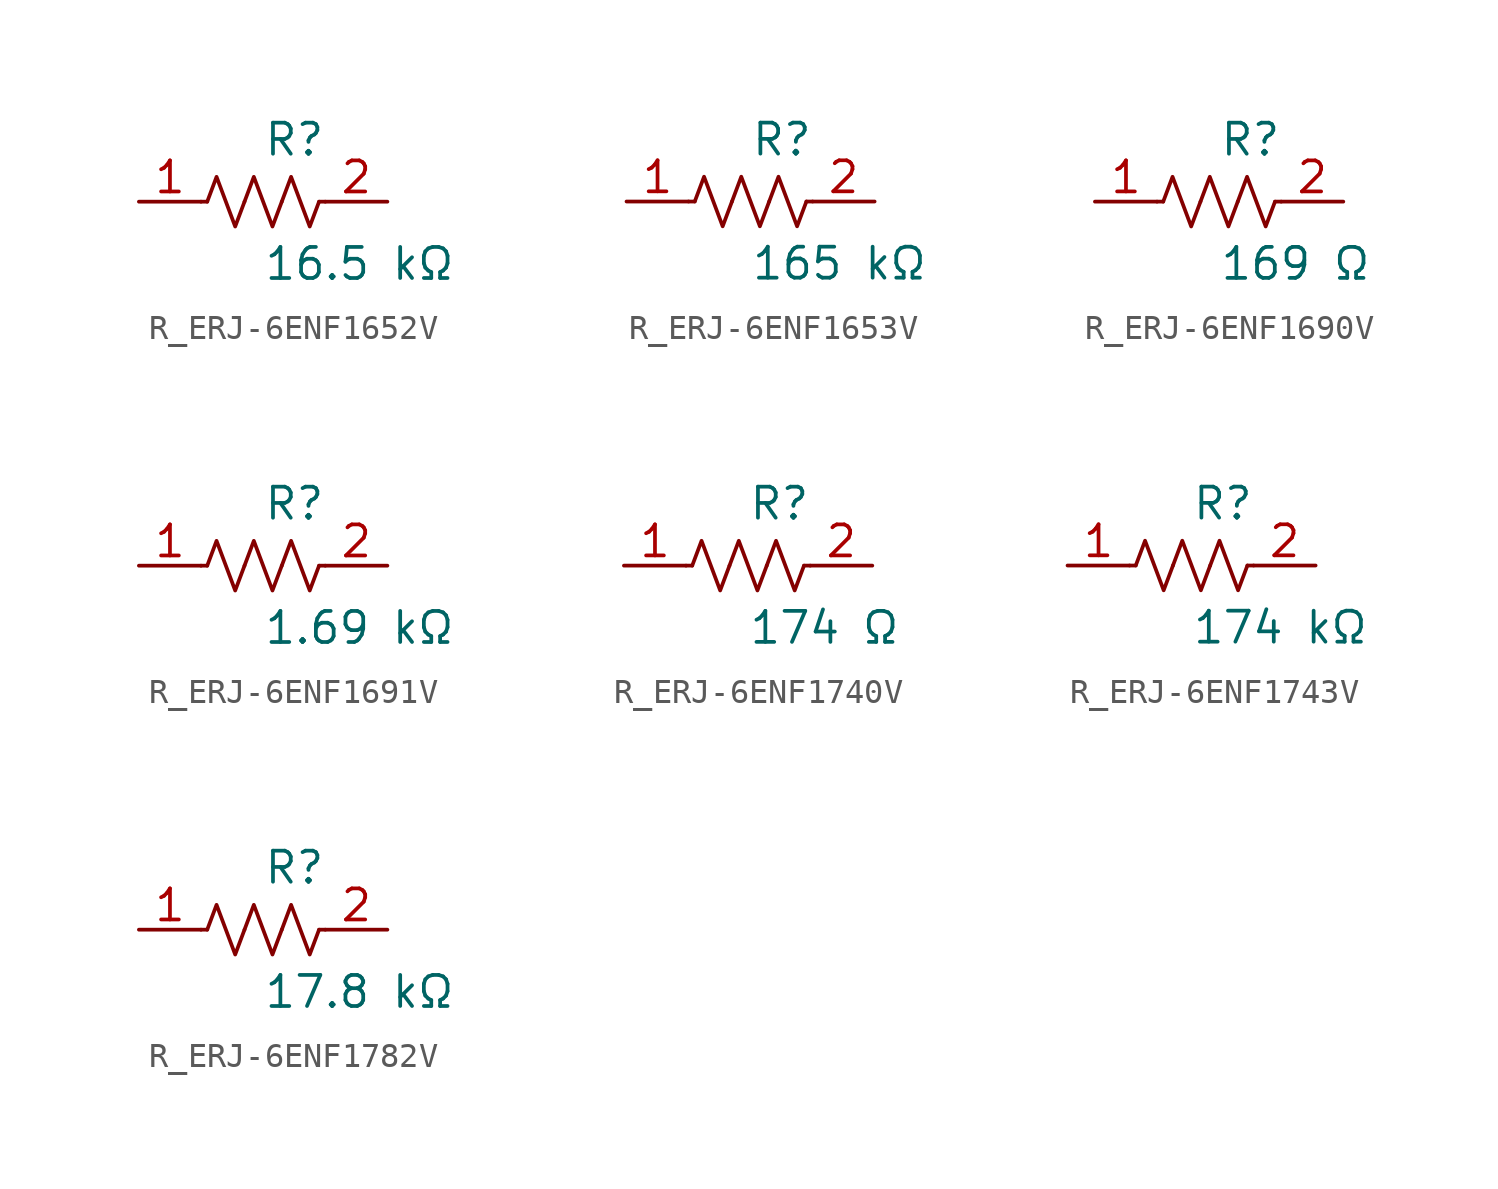
<source format=kicad_sym>
(kicad_symbol_lib
  (version 20231120)
  (generator kicad_symbol_editor)
  (generator_version 8.0)
  (symbol "R_ERJ-6ENF1652V"
    (pin_names
      (offset 0.254))
    (property "Reference" "R"
      (at 0.0 2.54 0)
      (effects (font (size 1.27 1.27)) (justify left)))
    (property "Value" "16.5 kΩ"
      (at 0.0 -2.54 0)
      (effects (font (size 1.27 1.27)) (justify left)))
    (symbol "R_ERJ-6ENF1652V_0_1"
      (polyline (pts (xy 2.286 0) (xy 2.54 0)) (stroke (width 0) (type default)) (fill (type none)))
      (polyline (pts (xy -2.286 0) (xy -2.54 0)) (stroke (width 0) (type default)) (fill (type none)))
      (polyline (pts (xy 0.762 0) (xy 1.143 1.016) (xy 1.524 0) (xy 1.905 -1.016) (xy 2.286 0)) (stroke (width 0) (type default)) (fill (type none)))
      (polyline (pts (xy -0.762 0) (xy -0.381 1.016) (xy 0 0) (xy 0.381 -1.016) (xy 0.762 0)) (stroke (width 0) (type default)) (fill (type none)))
      (polyline (pts (xy -2.286 0) (xy -1.905 1.016) (xy -1.524 0) (xy -1.143 -1.016) (xy -0.762 0)) (stroke (width 0) (type default)) (fill (type none))))
    (pin unspecified line
      (at -5.08 0 0)
      (length 2.54)
      (name "" (effects (font (size 1.27 1.27))))
      (number "1" (effects (font (size 1.27 1.27)))))
    (pin unspecified line
      (at 5.08 0 180)
      (length 2.54)
      (name "" (effects (font (size 1.27 1.27))))
      (number "2" (effects (font (size 1.27 1.27))))))
  (symbol "R_ERJ-6ENF1653V"
    (pin_names
      (offset 0.254))
    (property "Reference" "R"
      (at 0.0 2.54 0)
      (effects (font (size 1.27 1.27)) (justify left)))
    (property "Value" "165 kΩ"
      (at 0.0 -2.54 0)
      (effects (font (size 1.27 1.27)) (justify left)))
    (symbol "R_ERJ-6ENF1653V_0_1"
      (polyline (pts (xy 2.286 0) (xy 2.54 0)) (stroke (width 0) (type default)) (fill (type none)))
      (polyline (pts (xy -2.286 0) (xy -2.54 0)) (stroke (width 0) (type default)) (fill (type none)))
      (polyline (pts (xy 0.762 0) (xy 1.143 1.016) (xy 1.524 0) (xy 1.905 -1.016) (xy 2.286 0)) (stroke (width 0) (type default)) (fill (type none)))
      (polyline (pts (xy -0.762 0) (xy -0.381 1.016) (xy 0 0) (xy 0.381 -1.016) (xy 0.762 0)) (stroke (width 0) (type default)) (fill (type none)))
      (polyline (pts (xy -2.286 0) (xy -1.905 1.016) (xy -1.524 0) (xy -1.143 -1.016) (xy -0.762 0)) (stroke (width 0) (type default)) (fill (type none))))
    (pin unspecified line
      (at -5.08 0 0)
      (length 2.54)
      (name "" (effects (font (size 1.27 1.27))))
      (number "1" (effects (font (size 1.27 1.27)))))
    (pin unspecified line
      (at 5.08 0 180)
      (length 2.54)
      (name "" (effects (font (size 1.27 1.27))))
      (number "2" (effects (font (size 1.27 1.27))))))
  (symbol "R_ERJ-6ENF1690V"
    (pin_names
      (offset 0.254))
    (property "Reference" "R"
      (at 0.0 2.54 0)
      (effects (font (size 1.27 1.27)) (justify left)))
    (property "Value" "169 Ω"
      (at 0.0 -2.54 0)
      (effects (font (size 1.27 1.27)) (justify left)))
    (symbol "R_ERJ-6ENF1690V_0_1"
      (polyline (pts (xy 2.286 0) (xy 2.54 0)) (stroke (width 0) (type default)) (fill (type none)))
      (polyline (pts (xy -2.286 0) (xy -2.54 0)) (stroke (width 0) (type default)) (fill (type none)))
      (polyline (pts (xy 0.762 0) (xy 1.143 1.016) (xy 1.524 0) (xy 1.905 -1.016) (xy 2.286 0)) (stroke (width 0) (type default)) (fill (type none)))
      (polyline (pts (xy -0.762 0) (xy -0.381 1.016) (xy 0 0) (xy 0.381 -1.016) (xy 0.762 0)) (stroke (width 0) (type default)) (fill (type none)))
      (polyline (pts (xy -2.286 0) (xy -1.905 1.016) (xy -1.524 0) (xy -1.143 -1.016) (xy -0.762 0)) (stroke (width 0) (type default)) (fill (type none))))
    (pin unspecified line
      (at -5.08 0 0)
      (length 2.54)
      (name "" (effects (font (size 1.27 1.27))))
      (number "1" (effects (font (size 1.27 1.27)))))
    (pin unspecified line
      (at 5.08 0 180)
      (length 2.54)
      (name "" (effects (font (size 1.27 1.27))))
      (number "2" (effects (font (size 1.27 1.27))))))
  (symbol "R_ERJ-6ENF1691V"
    (pin_names
      (offset 0.254))
    (property "Reference" "R"
      (at 0.0 2.54 0)
      (effects (font (size 1.27 1.27)) (justify left)))
    (property "Value" "1.69 kΩ"
      (at 0.0 -2.54 0)
      (effects (font (size 1.27 1.27)) (justify left)))
    (symbol "R_ERJ-6ENF1691V_0_1"
      (polyline (pts (xy 2.286 0) (xy 2.54 0)) (stroke (width 0) (type default)) (fill (type none)))
      (polyline (pts (xy -2.286 0) (xy -2.54 0)) (stroke (width 0) (type default)) (fill (type none)))
      (polyline (pts (xy 0.762 0) (xy 1.143 1.016) (xy 1.524 0) (xy 1.905 -1.016) (xy 2.286 0)) (stroke (width 0) (type default)) (fill (type none)))
      (polyline (pts (xy -0.762 0) (xy -0.381 1.016) (xy 0 0) (xy 0.381 -1.016) (xy 0.762 0)) (stroke (width 0) (type default)) (fill (type none)))
      (polyline (pts (xy -2.286 0) (xy -1.905 1.016) (xy -1.524 0) (xy -1.143 -1.016) (xy -0.762 0)) (stroke (width 0) (type default)) (fill (type none))))
    (pin unspecified line
      (at -5.08 0 0)
      (length 2.54)
      (name "" (effects (font (size 1.27 1.27))))
      (number "1" (effects (font (size 1.27 1.27)))))
    (pin unspecified line
      (at 5.08 0 180)
      (length 2.54)
      (name "" (effects (font (size 1.27 1.27))))
      (number "2" (effects (font (size 1.27 1.27))))))
  (symbol "R_ERJ-6ENF1740V"
    (pin_names
      (offset 0.254))
    (property "Reference" "R"
      (at 0.0 2.54 0)
      (effects (font (size 1.27 1.27)) (justify left)))
    (property "Value" "174 Ω"
      (at 0.0 -2.54 0)
      (effects (font (size 1.27 1.27)) (justify left)))
    (symbol "R_ERJ-6ENF1740V_0_1"
      (polyline (pts (xy 2.286 0) (xy 2.54 0)) (stroke (width 0) (type default)) (fill (type none)))
      (polyline (pts (xy -2.286 0) (xy -2.54 0)) (stroke (width 0) (type default)) (fill (type none)))
      (polyline (pts (xy 0.762 0) (xy 1.143 1.016) (xy 1.524 0) (xy 1.905 -1.016) (xy 2.286 0)) (stroke (width 0) (type default)) (fill (type none)))
      (polyline (pts (xy -0.762 0) (xy -0.381 1.016) (xy 0 0) (xy 0.381 -1.016) (xy 0.762 0)) (stroke (width 0) (type default)) (fill (type none)))
      (polyline (pts (xy -2.286 0) (xy -1.905 1.016) (xy -1.524 0) (xy -1.143 -1.016) (xy -0.762 0)) (stroke (width 0) (type default)) (fill (type none))))
    (pin unspecified line
      (at -5.08 0 0)
      (length 2.54)
      (name "" (effects (font (size 1.27 1.27))))
      (number "1" (effects (font (size 1.27 1.27)))))
    (pin unspecified line
      (at 5.08 0 180)
      (length 2.54)
      (name "" (effects (font (size 1.27 1.27))))
      (number "2" (effects (font (size 1.27 1.27))))))
  (symbol "R_ERJ-6ENF1743V"
    (pin_names
      (offset 0.254))
    (property "Reference" "R"
      (at 0.0 2.54 0)
      (effects (font (size 1.27 1.27)) (justify left)))
    (property "Value" "174 kΩ"
      (at 0.0 -2.54 0)
      (effects (font (size 1.27 1.27)) (justify left)))
    (symbol "R_ERJ-6ENF1743V_0_1"
      (polyline (pts (xy 2.286 0) (xy 2.54 0)) (stroke (width 0) (type default)) (fill (type none)))
      (polyline (pts (xy -2.286 0) (xy -2.54 0)) (stroke (width 0) (type default)) (fill (type none)))
      (polyline (pts (xy 0.762 0) (xy 1.143 1.016) (xy 1.524 0) (xy 1.905 -1.016) (xy 2.286 0)) (stroke (width 0) (type default)) (fill (type none)))
      (polyline (pts (xy -0.762 0) (xy -0.381 1.016) (xy 0 0) (xy 0.381 -1.016) (xy 0.762 0)) (stroke (width 0) (type default)) (fill (type none)))
      (polyline (pts (xy -2.286 0) (xy -1.905 1.016) (xy -1.524 0) (xy -1.143 -1.016) (xy -0.762 0)) (stroke (width 0) (type default)) (fill (type none))))
    (pin unspecified line
      (at -5.08 0 0)
      (length 2.54)
      (name "" (effects (font (size 1.27 1.27))))
      (number "1" (effects (font (size 1.27 1.27)))))
    (pin unspecified line
      (at 5.08 0 180)
      (length 2.54)
      (name "" (effects (font (size 1.27 1.27))))
      (number "2" (effects (font (size 1.27 1.27))))))
  (symbol "R_ERJ-6ENF1782V"
    (pin_names
      (offset 0.254))
    (property "Reference" "R"
      (at 0.0 2.54 0)
      (effects (font (size 1.27 1.27)) (justify left)))
    (property "Value" "17.8 kΩ"
      (at 0.0 -2.54 0)
      (effects (font (size 1.27 1.27)) (justify left)))
    (symbol "R_ERJ-6ENF1782V_0_1"
      (polyline (pts (xy 2.286 0) (xy 2.54 0)) (stroke (width 0) (type default)) (fill (type none)))
      (polyline (pts (xy -2.286 0) (xy -2.54 0)) (stroke (width 0) (type default)) (fill (type none)))
      (polyline (pts (xy 0.762 0) (xy 1.143 1.016) (xy 1.524 0) (xy 1.905 -1.016) (xy 2.286 0)) (stroke (width 0) (type default)) (fill (type none)))
      (polyline (pts (xy -0.762 0) (xy -0.381 1.016) (xy 0 0) (xy 0.381 -1.016) (xy 0.762 0)) (stroke (width 0) (type default)) (fill (type none)))
      (polyline (pts (xy -2.286 0) (xy -1.905 1.016) (xy -1.524 0) (xy -1.143 -1.016) (xy -0.762 0)) (stroke (width 0) (type default)) (fill (type none))))
    (pin unspecified line
      (at -5.08 0 0)
      (length 2.54)
      (name "" (effects (font (size 1.27 1.27))))
      (number "1" (effects (font (size 1.27 1.27)))))
    (pin unspecified line
      (at 5.08 0 180)
      (length 2.54)
      (name "" (effects (font (size 1.27 1.27))))
      (number "2" (effects (font (size 1.27 1.27)))))))
</source>
